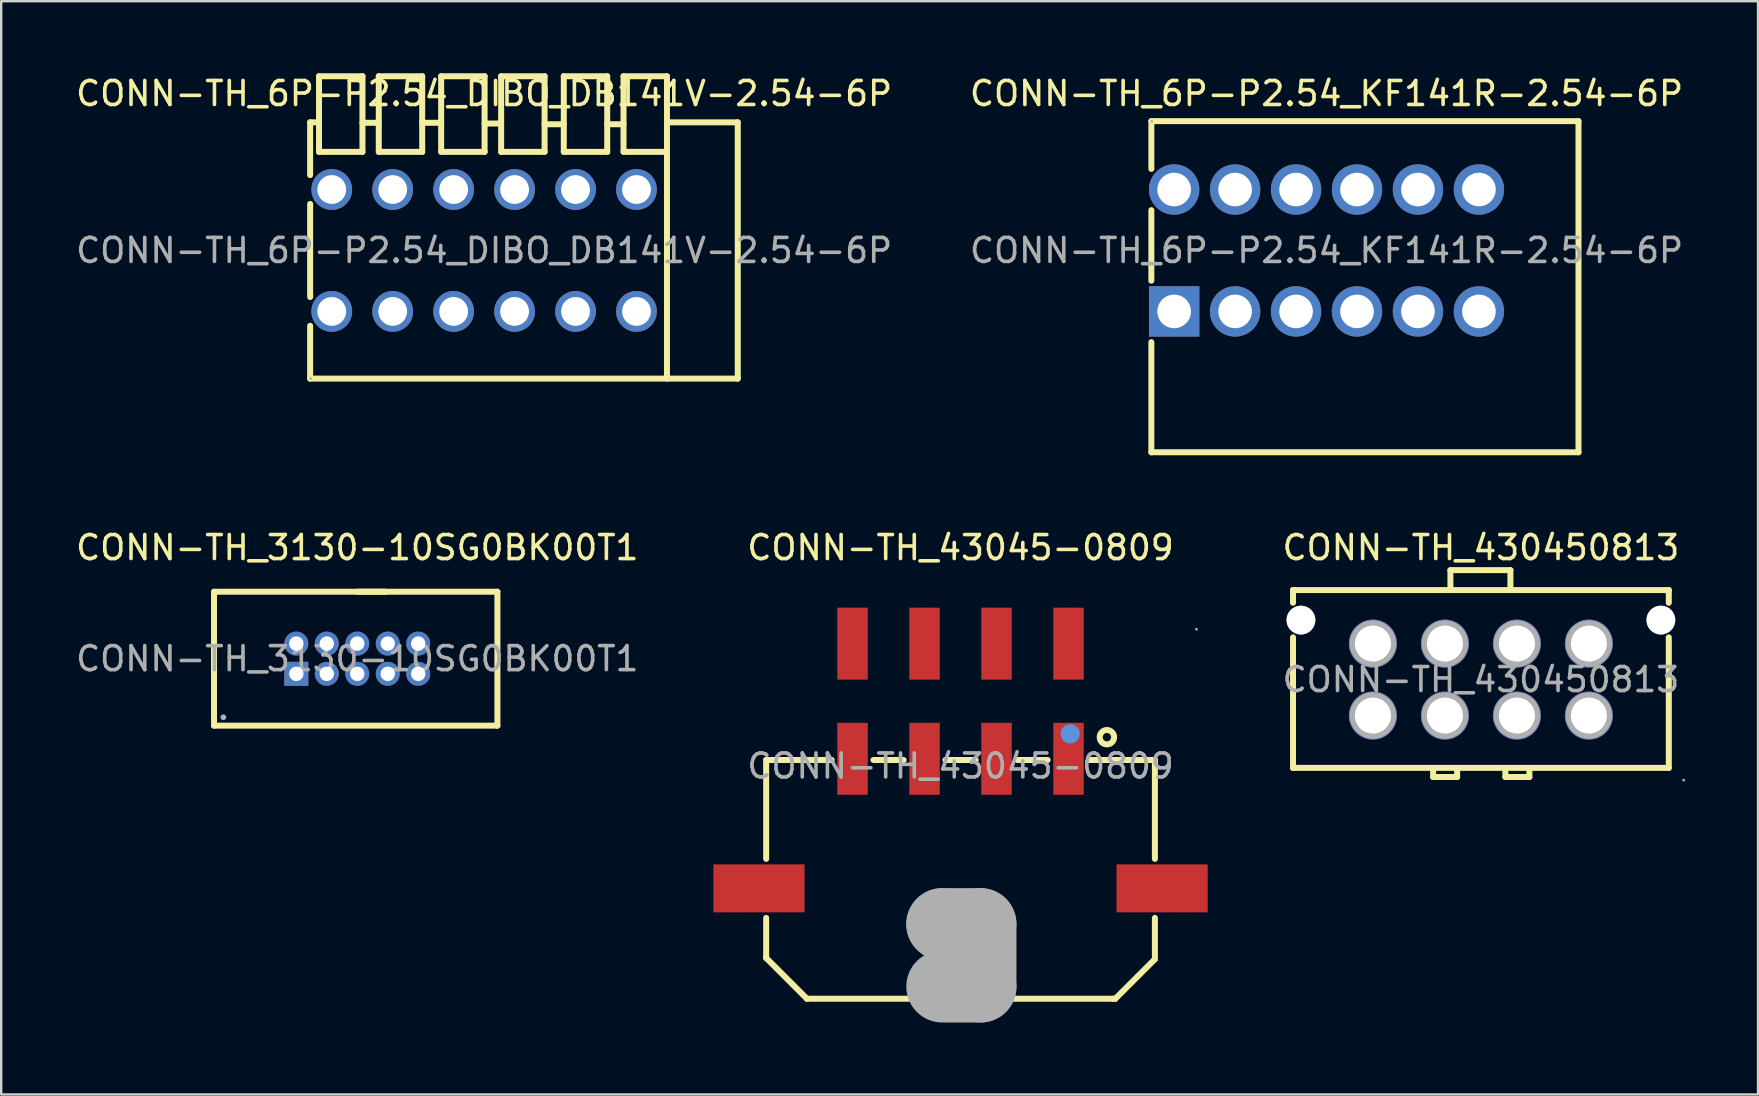
<source format=kicad_pcb>
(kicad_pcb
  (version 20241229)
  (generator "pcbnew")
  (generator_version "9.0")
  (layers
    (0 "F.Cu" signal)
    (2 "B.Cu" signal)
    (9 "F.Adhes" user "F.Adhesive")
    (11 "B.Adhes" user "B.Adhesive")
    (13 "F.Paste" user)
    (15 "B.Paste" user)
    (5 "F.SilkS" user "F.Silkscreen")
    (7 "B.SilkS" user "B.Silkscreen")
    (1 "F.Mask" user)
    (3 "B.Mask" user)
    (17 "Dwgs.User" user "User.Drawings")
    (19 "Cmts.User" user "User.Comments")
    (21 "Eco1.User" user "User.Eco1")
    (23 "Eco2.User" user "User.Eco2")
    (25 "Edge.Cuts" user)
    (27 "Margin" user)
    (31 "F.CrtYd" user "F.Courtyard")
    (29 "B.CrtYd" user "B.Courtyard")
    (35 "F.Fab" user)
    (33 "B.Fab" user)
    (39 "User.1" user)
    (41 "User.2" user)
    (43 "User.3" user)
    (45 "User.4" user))
  (footprint "CONN-TH_43045-0809"
    (layer "F.Cu")
    (at 36.979 28.872)
    (property "Reference" "CONN-TH_43045-0809" (at 0 -9.1 0) (layer "F.SilkS") (effects (font (size 1 1) (thickness 0.15))))
    (attr smd)
    (fp_line (start -8.1 -0.25) (end -8.1 3.87) (stroke (width 0.25) (type solid)) (layer "F.SilkS"))
    (fp_line (start -8.1 6.33) (end -8.1 8) (stroke (width 0.25) (type solid)) (layer "F.SilkS"))
    (fp_line (start -8.1 8) (end -6.4 9.7) (stroke (width 0.25) (type solid)) (layer "F.SilkS"))
    (fp_line (start -6.4 9.7) (end 6.35 9.7) (stroke (width 0.25) (type solid)) (layer "F.SilkS"))
    (fp_line (start -5.37 -0.25) (end -8.1 -0.25) (stroke (width 0.25) (type solid)) (layer "F.SilkS"))
    (fp_line (start -2.37 -0.25) (end -3.63 -0.25) (stroke (width 0.25) (type solid)) (layer "F.SilkS"))
    (fp_line (start 0.63 -0.25) (end -0.63 -0.25) (stroke (width 0.25) (type solid)) (layer "F.SilkS"))
    (fp_line (start 3.63 -0.25) (end 2.37 -0.25) (stroke (width 0.25) (type solid)) (layer "F.SilkS"))
    (fp_line (start 6.35 9.7) (end 6.45 9.7) (stroke (width 0.25) (type solid)) (layer "F.SilkS"))
    (fp_line (start 6.45 9.7) (end 8.1 8.05) (stroke (width 0.25) (type solid)) (layer "F.SilkS"))
    (fp_line (start 8.1 -0.25) (end 5.37 -0.25) (stroke (width 0.25) (type solid)) (layer "F.SilkS"))
    (fp_line (start 8.1 3.87) (end 8.1 -0.25) (stroke (width 0.25) (type solid)) (layer "F.SilkS"))
    (fp_line (start 8.1 8.05) (end 8.1 6.33) (stroke (width 0.25) (type solid)) (layer "F.SilkS"))
    (fp_circle (center 6.1 -1.2) (end 6.4 -1.2) (stroke (width 0.25) (type solid)) (fill no) (layer "F.SilkS"))
    (fp_circle (center 4.57 -1.34) (end 4.77 -1.34) (stroke (width 0.4) (type solid)) (fill no) (layer "Cmts.User"))
    (fp_line (start -0.76 6.59) (end -0.76 6.59) (stroke (width 3) (type solid)) (layer "F.Fab"))
    (fp_line (start -0.76 6.59) (end 0.83 6.59) (stroke (width 3) (type solid)) (layer "F.Fab"))
    (fp_line (start 0.83 6.59) (end 0.83 9.19) (stroke (width 3) (type solid)) (layer "F.Fab"))
    (fp_line (start 0.83 9.19) (end -0.76 9.19) (stroke (width 3) (type solid)) (layer "F.Fab"))
    (fp_circle (center 9.83 -5.7) (end 9.86 -5.7) (stroke (width 0.06) (type solid)) (fill no) (layer "F.Fab"))
    (fp_text user "${REFERENCE}" (at 0 0 0) (layer "F.Fab") (effects (font (size 1 1) (thickness 0.15))))
    (pad "1" smd rect (at 4.5 -0.3) (size 1.27 3) (layers "F.Cu" "F.Mask" "F.Paste"))
    (pad "2" smd rect (at 1.5 -0.3) (size 1.27 3) (layers "F.Cu" "F.Mask" "F.Paste"))
    (pad "3" smd rect (at -1.5 -0.3) (size 1.27 3) (layers "F.Cu" "F.Mask" "F.Paste"))
    (pad "4" smd rect (at -4.5 -0.3) (size 1.27 3) (layers "F.Cu" "F.Mask" "F.Paste"))
    (pad "5" smd rect (at 4.5 -5.1) (size 1.27 3) (layers "F.Cu" "F.Mask" "F.Paste"))
    (pad "6" smd rect (at 1.5 -5.1) (size 1.27 3) (layers "F.Cu" "F.Mask" "F.Paste"))
    (pad "7" smd rect (at -1.5 -5.1) (size 1.27 3) (layers "F.Cu" "F.Mask" "F.Paste"))
    (pad "8" smd rect (at -4.5 -5.1) (size 1.27 3) (layers "F.Cu" "F.Mask" "F.Paste"))
    (pad "9" smd rect (at 8.4 5.1 90) (size 2 3.8) (layers "F.Cu" "F.Mask" "F.Paste"))
    (pad "10" smd rect (at -8.4 5.1 90) (size 2 3.8) (layers "F.Cu" "F.Mask" "F.Paste")))
  (footprint "CONN-TH_6P-P2.54_DIBO_DB141V-2.54-6P"
    (layer "F.Cu")
    (at 17.125 7.388)
    (property "Reference" "CONN-TH_6P-P2.54_DIBO_DB141V-2.54-6P" (at 0 -6.54 0) (layer "F.SilkS") (effects (font (size 1 1) (thickness 0.15))))
    (attr smd)
    (fp_line (start -7.25 -5.34) (end -6.9 -5.34) (stroke (width 0.25) (type solid)) (layer "F.SilkS"))
    (fp_line (start -7.25 -3.14) (end -7.25 -5.34) (stroke (width 0.25) (type solid)) (layer "F.SilkS"))
    (fp_line (start -7.25 1.94) (end -7.25 -1.94) (stroke (width 0.25) (type solid)) (layer "F.SilkS"))
    (fp_line (start -7.25 5.34) (end -7.25 3.14) (stroke (width 0.25) (type solid)) (layer "F.SilkS"))
    (fp_line (start -7.25 5.34) (end 10.57 5.34) (stroke (width 0.25) (type solid)) (layer "F.SilkS"))
    (fp_line (start -6.9 -5.34) (end -6.88 -5.32) (stroke (width 0.25) (type solid)) (layer "F.SilkS"))
    (fp_line (start -6.88 -7.26) (end -6.88 -4.11) (stroke (width 0.25) (type solid)) (layer "F.SilkS"))
    (fp_line (start -5.07 -7.26) (end -6.88 -7.26) (stroke (width 0.25) (type solid)) (layer "F.SilkS"))
    (fp_line (start -5.07 -7.26) (end -5.07 -4.11) (stroke (width 0.25) (type solid)) (layer "F.SilkS"))
    (fp_line (start -5.07 -5.32) (end -4.39 -5.32) (stroke (width 0.25) (type solid)) (layer "F.SilkS"))
    (fp_line (start -5.07 -4.11) (end -6.88 -4.11) (stroke (width 0.25) (type solid)) (layer "F.SilkS"))
    (fp_line (start -4.39 -7.26) (end -4.39 -4.11) (stroke (width 0.25) (type solid)) (layer "F.SilkS"))
    (fp_line (start -2.58 -7.26) (end -4.39 -7.26) (stroke (width 0.25) (type solid)) (layer "F.SilkS"))
    (fp_line (start -2.58 -7.26) (end -2.58 -4.11) (stroke (width 0.25) (type solid)) (layer "F.SilkS"))
    (fp_line (start -2.58 -5.32) (end -1.79 -5.32) (stroke (width 0.25) (type solid)) (layer "F.SilkS"))
    (fp_line (start -2.58 -4.11) (end -4.39 -4.11) (stroke (width 0.25) (type solid)) (layer "F.SilkS"))
    (fp_line (start -1.79 -7.26) (end -1.79 -4.11) (stroke (width 0.25) (type solid)) (layer "F.SilkS"))
    (fp_line (start 0.02 -7.26) (end -1.79 -7.26) (stroke (width 0.25) (type solid)) (layer "F.SilkS"))
    (fp_line (start 0.02 -7.26) (end 0.02 -4.11) (stroke (width 0.25) (type solid)) (layer "F.SilkS"))
    (fp_line (start 0.02 -5.29) (end 0.71 -5.29) (stroke (width 0.25) (type solid)) (layer "F.SilkS"))
    (fp_line (start 0.02 -4.11) (end -1.79 -4.11) (stroke (width 0.25) (type solid)) (layer "F.SilkS"))
    (fp_line (start 0.71 -7.26) (end 0.71 -4.11) (stroke (width 0.25) (type solid)) (layer "F.SilkS"))
    (fp_line (start 2.52 -7.26) (end 0.71 -7.26) (stroke (width 0.25) (type solid)) (layer "F.SilkS"))
    (fp_line (start 2.52 -7.26) (end 2.52 -4.11) (stroke (width 0.25) (type solid)) (layer "F.SilkS"))
    (fp_line (start 2.52 -5.26) (end 3.32 -5.26) (stroke (width 0.25) (type solid)) (layer "F.SilkS"))
    (fp_line (start 2.52 -4.11) (end 0.71 -4.11) (stroke (width 0.25) (type solid)) (layer "F.SilkS"))
    (fp_line (start 3.32 -7.26) (end 3.32 -4.11) (stroke (width 0.25) (type solid)) (layer "F.SilkS"))
    (fp_line (start 5.13 -7.26) (end 3.32 -7.26) (stroke (width 0.25) (type solid)) (layer "F.SilkS"))
    (fp_line (start 5.13 -7.26) (end 5.13 -4.11) (stroke (width 0.25) (type solid)) (layer "F.SilkS"))
    (fp_line (start 5.13 -5.26) (end 5.81 -5.26) (stroke (width 0.25) (type solid)) (layer "F.SilkS"))
    (fp_line (start 5.13 -4.11) (end 3.32 -4.11) (stroke (width 0.25) (type solid)) (layer "F.SilkS"))
    (fp_line (start 5.81 -7.26) (end 5.81 -4.11) (stroke (width 0.25) (type solid)) (layer "F.SilkS"))
    (fp_line (start 7.62 -7.26) (end 5.81 -7.26) (stroke (width 0.25) (type solid)) (layer "F.SilkS"))
    (fp_line (start 7.62 -7.26) (end 7.62 -4.11) (stroke (width 0.25) (type solid)) (layer "F.SilkS"))
    (fp_line (start 7.62 -4.11) (end 5.81 -4.11) (stroke (width 0.25) (type solid)) (layer "F.SilkS"))
    (fp_line (start 7.62 -4.11) (end 7.62 5.34) (stroke (width 0.25) (type solid)) (layer "F.SilkS"))
    (fp_line (start 10.57 -5.34) (end 7.62 -5.34) (stroke (width 0.25) (type solid)) (layer "F.SilkS"))
    (fp_line (start 10.57 -5.34) (end 10.57 5.34) (stroke (width 0.25) (type solid)) (layer "F.SilkS"))
    (fp_circle (center -7.23 5.34) (end -7.2 5.34) (stroke (width 0.06) (type solid)) (fill no) (layer "F.Fab"))
    (fp_text user "${REFERENCE}" (at 0 0 0) (layer "F.Fab") (effects (font (size 1 1) (thickness 0.15))))
    (pad "1" thru_hole circle (at -6.35 -2.54) (size 1.7 1.7) (drill 1.2) (layers "*.Cu" "*.Paste" "*.Mask"))
    (pad "1" thru_hole circle (at -6.35 2.54) (size 1.7 1.7) (drill 1.2) (layers "*.Cu" "*.Paste" "*.Mask"))
    (pad "2" thru_hole circle (at -3.81 -2.54) (size 1.7 1.7) (drill 1.2) (layers "*.Cu" "*.Paste" "*.Mask"))
    (pad "2" thru_hole circle (at -3.81 2.54) (size 1.7 1.7) (drill 1.2) (layers "*.Cu" "*.Paste" "*.Mask"))
    (pad "3" thru_hole circle (at -1.27 -2.54) (size 1.7 1.7) (drill 1.2) (layers "*.Cu" "*.Paste" "*.Mask"))
    (pad "3" thru_hole circle (at -1.27 2.54) (size 1.7 1.7) (drill 1.2) (layers "*.Cu" "*.Paste" "*.Mask"))
    (pad "4" thru_hole circle (at 1.27 -2.54) (size 1.7 1.7) (drill 1.2) (layers "*.Cu" "*.Paste" "*.Mask"))
    (pad "4" thru_hole circle (at 1.27 2.54) (size 1.7 1.7) (drill 1.2) (layers "*.Cu" "*.Paste" "*.Mask"))
    (pad "5" thru_hole circle (at 3.81 -2.54) (size 1.7 1.7) (drill 1.2) (layers "*.Cu" "*.Paste" "*.Mask"))
    (pad "5" thru_hole circle (at 3.81 2.54) (size 1.7 1.7) (drill 1.2) (layers "*.Cu" "*.Paste" "*.Mask"))
    (pad "6" thru_hole circle (at 6.35 -2.54) (size 1.7 1.7) (drill 1.2) (layers "*.Cu" "*.Paste" "*.Mask"))
    (pad "6" thru_hole circle (at 6.35 2.54) (size 1.7 1.7) (drill 1.2) (layers "*.Cu" "*.Paste" "*.Mask")))
  (footprint "CONN-TH_430450813"
    (layer "F.Cu")
    (at 58.665 25.271)
    (property "Reference" "CONN-TH_430450813" (at 0 -5.5 0) (layer "F.SilkS") (effects (font (size 1 1) (thickness 0.15))))
    (attr smd)
    (fp_line (start -7.83 -3.73) (end -7.83 -3.2) (stroke (width 0.25) (type solid)) (layer "F.SilkS"))
    (fp_line (start -7.83 -3.73) (end 7.83 -3.73) (stroke (width 0.25) (type solid)) (layer "F.SilkS"))
    (fp_line (start -7.83 -1.76) (end -7.83 3.68) (stroke (width 0.25) (type solid)) (layer "F.SilkS"))
    (fp_line (start -1.99 3.81) (end -1.99 4.06) (stroke (width 0.25) (type solid)) (layer "F.SilkS"))
    (fp_line (start -1.99 4.06) (end -1.73 4.06) (stroke (width 0.25) (type solid)) (layer "F.SilkS"))
    (fp_line (start -1.73 4.06) (end -0.99 4.06) (stroke (width 0.25) (type solid)) (layer "F.SilkS"))
    (fp_line (start -1.27 -4.56) (end 1.23 -4.56) (stroke (width 0.25) (type solid)) (layer "F.SilkS"))
    (fp_line (start -1.27 -3.81) (end -1.27 -4.56) (stroke (width 0.25) (type solid)) (layer "F.SilkS"))
    (fp_line (start -0.99 4.06) (end -0.99 3.81) (stroke (width 0.25) (type solid)) (layer "F.SilkS"))
    (fp_line (start 1.02 3.81) (end 1.02 4.06) (stroke (width 0.25) (type solid)) (layer "F.SilkS"))
    (fp_line (start 1.02 4.06) (end 1.27 4.06) (stroke (width 0.25) (type solid)) (layer "F.SilkS"))
    (fp_line (start 1.23 -4.56) (end 1.23 -3.81) (stroke (width 0.25) (type solid)) (layer "F.SilkS"))
    (fp_line (start 1.27 4.06) (end 2.02 4.06) (stroke (width 0.25) (type solid)) (layer "F.SilkS"))
    (fp_line (start 2.02 4.06) (end 2.02 3.81) (stroke (width 0.25) (type solid)) (layer "F.SilkS"))
    (fp_line (start 7.83 -3.2) (end 7.83 -3.73) (stroke (width 0.25) (type solid)) (layer "F.SilkS"))
    (fp_line (start 7.83 3.68) (end -7.83 3.68) (stroke (width 0.25) (type solid)) (layer "F.SilkS"))
    (fp_line (start 7.83 3.68) (end 7.83 -1.76) (stroke (width 0.25) (type solid)) (layer "F.SilkS"))
    (fp_circle (center -7.5 -2.48) (end -7.25 -2.48) (stroke (width 0.5) (type solid)) (fill no) (layer "F.Fab"))
    (fp_circle (center -4.5 -1.5) (end -4.18 -1.5) (stroke (width 0.65) (type solid)) (fill no) (layer "F.Fab"))
    (fp_circle (center -4.5 1.5) (end -4.18 1.5) (stroke (width 0.65) (type solid)) (fill no) (layer "F.Fab"))
    (fp_circle (center -1.5 -1.5) (end -1.18 -1.5) (stroke (width 0.65) (type solid)) (fill no) (layer "F.Fab"))
    (fp_circle (center -1.5 1.5) (end -1.18 1.5) (stroke (width 0.65) (type solid)) (fill no) (layer "F.Fab"))
    (fp_circle (center 1.5 -1.5) (end 1.82 -1.5) (stroke (width 0.65) (type solid)) (fill no) (layer "F.Fab"))
    (fp_circle (center 1.5 1.5) (end 1.82 1.5) (stroke (width 0.65) (type solid)) (fill no) (layer "F.Fab"))
    (fp_circle (center 4.5 -1.5) (end 4.82 -1.5) (stroke (width 0.65) (type solid)) (fill no) (layer "F.Fab"))
    (fp_circle (center 4.5 1.5) (end 4.82 1.5) (stroke (width 0.65) (type solid)) (fill no) (layer "F.Fab"))
    (fp_circle (center 7.5 -2.48) (end 7.75 -2.48) (stroke (width 0.5) (type solid)) (fill no) (layer "F.Fab"))
    (fp_circle (center 8.45 4.19) (end 8.48 4.19) (stroke (width 0.06) (type solid)) (fill no) (layer "F.Fab"))
    (fp_text user "${REFERENCE}" (at 0 0 0) (layer "F.Fab") (effects (font (size 1 1) (thickness 0.15))))
    (pad "" thru_hole circle (at -7.5 -2.48) (size 1.2 1.2) (drill 1.2) (layers "*.Cu" "*.Mask"))
    (pad "" thru_hole circle (at 7.5 -2.48) (size 1.2 1.2) (drill 1.2) (layers "*.Cu" "*.Mask"))
    (pad "1" thru_hole circle (at 4.5 1.5) (size 2 2) (drill 1.5) (layers "*.Cu" "*.Paste" "*.Mask"))
    (pad "2" thru_hole circle (at 1.5 1.5) (size 2 2) (drill 1.5) (layers "*.Cu" "*.Paste" "*.Mask"))
    (pad "3" thru_hole circle (at -1.5 1.5) (size 2 2) (drill 1.5) (layers "*.Cu" "*.Paste" "*.Mask"))
    (pad "4" thru_hole circle (at -4.5 1.5) (size 2 2) (drill 1.5) (layers "*.Cu" "*.Paste" "*.Mask"))
    (pad "5" thru_hole circle (at 4.5 -1.5) (size 2 2) (drill 1.5) (layers "*.Cu" "*.Paste" "*.Mask"))
    (pad "6" thru_hole circle (at 1.5 -1.5) (size 2 2) (drill 1.5) (layers "*.Cu" "*.Paste" "*.Mask"))
    (pad "7" thru_hole circle (at -1.5 -1.5) (size 2 2) (drill 1.5) (layers "*.Cu" "*.Paste" "*.Mask"))
    (pad "8" thru_hole circle (at -4.5 -1.5) (size 2 2) (drill 1.5) (layers "*.Cu" "*.Paste" "*.Mask")))
  (footprint "CONN-TH_6P-P2.54_KF141R-2.54-6P"
    (layer "F.Cu")
    (at 52.232 7.388)
    (property "Reference" "CONN-TH_6P-P2.54_KF141R-2.54-6P" (at 0 -6.54 0) (layer "F.SilkS") (effects (font (size 1 1) (thickness 0.15))))
    (attr smd)
    (fp_line (start -7.3 -5.39) (end -7.3 -3.4) (stroke (width 0.25) (type solid)) (layer "F.SilkS"))
    (fp_line (start -7.3 -5.39) (end 10.5 -5.39) (stroke (width 0.25) (type solid)) (layer "F.SilkS"))
    (fp_line (start -7.3 -1.68) (end -7.3 1.26) (stroke (width 0.25) (type solid)) (layer "F.SilkS"))
    (fp_line (start -7.3 3.82) (end -7.3 8.41) (stroke (width 0.25) (type solid)) (layer "F.SilkS"))
    (fp_line (start -7.3 8.41) (end 10.5 8.41) (stroke (width 0.25) (type solid)) (layer "F.SilkS"))
    (fp_line (start 10.5 -5.39) (end 10.5 8.41) (stroke (width 0.25) (type solid)) (layer "F.SilkS"))
    (fp_circle (center -7.28 -5.39) (end -7.25 -5.39) (stroke (width 0.06) (type solid)) (fill no) (layer "F.Fab"))
    (fp_text user "${REFERENCE}" (at 0 0 0) (layer "F.Fab") (effects (font (size 1 1) (thickness 0.15))))
    (pad "1" thru_hole circle (at -6.35 -2.54 180) (size 2.1 2.1) (drill 1.4) (layers "*.Cu" "*.Paste" "*.Mask"))
    (pad "1" thru_hole rect (at -6.35 2.54) (size 2.1 2.1) (drill 1.4) (layers "*.Cu" "*.Paste" "*.Mask"))
    (pad "2" thru_hole circle (at -3.81 -2.54 180) (size 2.1 2.1) (drill 1.4) (layers "*.Cu" "*.Paste" "*.Mask"))
    (pad "2" thru_hole circle (at -3.81 2.54 180) (size 2.1 2.1) (drill 1.4) (layers "*.Cu" "*.Paste" "*.Mask"))
    (pad "3" thru_hole circle (at -1.27 -2.54 180) (size 2.1 2.1) (drill 1.4) (layers "*.Cu" "*.Paste" "*.Mask"))
    (pad "3" thru_hole circle (at -1.27 2.54 180) (size 2.1 2.1) (drill 1.4) (layers "*.Cu" "*.Paste" "*.Mask"))
    (pad "4" thru_hole circle (at 1.27 -2.54 180) (size 2.1 2.1) (drill 1.4) (layers "*.Cu" "*.Paste" "*.Mask"))
    (pad "4" thru_hole circle (at 1.27 2.54 180) (size 2.1 2.1) (drill 1.4) (layers "*.Cu" "*.Paste" "*.Mask"))
    (pad "5" thru_hole circle (at 3.81 -2.54 180) (size 2.1 2.1) (drill 1.4) (layers "*.Cu" "*.Paste" "*.Mask"))
    (pad "5" thru_hole circle (at 3.81 2.54 180) (size 2.1 2.1) (drill 1.4) (layers "*.Cu" "*.Paste" "*.Mask"))
    (pad "6" thru_hole circle (at 6.35 -2.54 180) (size 2.1 2.1) (drill 1.4) (layers "*.Cu" "*.Paste" "*.Mask"))
    (pad "6" thru_hole circle (at 6.35 2.54 180) (size 2.1 2.1) (drill 1.4) (layers "*.Cu" "*.Paste" "*.Mask")))
  (footprint "CONN-TH_3130-10SG0BK00T1"
    (layer "F.Cu")
    (at 11.839 24.401)
    (property "Reference" "CONN-TH_3130-10SG0BK00T1" (at 0 -4.63 0) (layer "F.SilkS") (effects (font (size 1 1) (thickness 0.15))))
    (attr smd)
    (fp_line (start -5.97 -2.79) (end 1.19 -2.79) (stroke (width 0.25) (type solid)) (layer "F.SilkS"))
    (fp_line (start -5.97 2.79) (end -5.97 -2.79) (stroke (width 0.25) (type solid)) (layer "F.SilkS"))
    (fp_line (start 0 -2.79) (end 5.84 -2.79) (stroke (width 0.25) (type solid)) (layer "F.SilkS"))
    (fp_line (start 5.84 -2.79) (end 5.84 2.79) (stroke (width 0.25) (type solid)) (layer "F.SilkS"))
    (fp_line (start 5.84 2.79) (end -5.97 2.79) (stroke (width 0.25) (type solid)) (layer "F.SilkS"))
    (fp_circle (center -5.58 2.44) (end -5.52 2.44) (stroke (width 0.12) (type solid)) (fill no) (layer "F.Fab"))
    (fp_circle (center -2.54 -0.63) (end -2.44 -0.63) (stroke (width 0.2) (type solid)) (fill no) (layer "F.Fab"))
    (fp_circle (center -2.54 0.63) (end -2.44 0.63) (stroke (width 0.2) (type solid)) (fill no) (layer "F.Fab"))
    (fp_circle (center -1.27 -0.63) (end -1.17 -0.63) (stroke (width 0.2) (type solid)) (fill no) (layer "F.Fab"))
    (fp_circle (center -1.27 0.63) (end -1.17 0.63) (stroke (width 0.2) (type solid)) (fill no) (layer "F.Fab"))
    (fp_circle (center 0 -0.63) (end 0.1 -0.63) (stroke (width 0.2) (type solid)) (fill no) (layer "F.Fab"))
    (fp_circle (center 0 0.63) (end 0.1 0.63) (stroke (width 0.2) (type solid)) (fill no) (layer "F.Fab"))
    (fp_circle (center 1.27 -0.63) (end 1.37 -0.63) (stroke (width 0.2) (type solid)) (fill no) (layer "F.Fab"))
    (fp_circle (center 1.27 0.63) (end 1.37 0.63) (stroke (width 0.2) (type solid)) (fill no) (layer "F.Fab"))
    (fp_circle (center 2.54 -0.63) (end 2.64 -0.63) (stroke (width 0.2) (type solid)) (fill no) (layer "F.Fab"))
    (fp_circle (center 2.54 0.63) (end 2.64 0.63) (stroke (width 0.2) (type solid)) (fill no) (layer "F.Fab"))
    (fp_text user "${REFERENCE}" (at 0 0 0) (layer "F.Fab") (effects (font (size 1 1) (thickness 0.15))))
    (pad "1" thru_hole rect (at -2.54 0.63) (size 1 1) (drill 0.6) (layers "*.Cu" "*.Paste" "*.Mask"))
    (pad "2" thru_hole circle (at -2.54 -0.63) (size 1 1) (drill 0.6) (layers "*.Cu" "*.Paste" "*.Mask"))
    (pad "3" thru_hole circle (at -1.27 0.63) (size 1 1) (drill 0.6) (layers "*.Cu" "*.Paste" "*.Mask"))
    (pad "4" thru_hole circle (at -1.27 -0.63) (size 1 1) (drill 0.6) (layers "*.Cu" "*.Paste" "*.Mask"))
    (pad "5" thru_hole circle (at 0 0.63) (size 1 1) (drill 0.6) (layers "*.Cu" "*.Paste" "*.Mask"))
    (pad "6" thru_hole circle (at 0 -0.63) (size 1 1) (drill 0.6) (layers "*.Cu" "*.Paste" "*.Mask"))
    (pad "7" thru_hole circle (at 1.27 0.63) (size 1 1) (drill 0.6) (layers "*.Cu" "*.Paste" "*.Mask"))
    (pad "8" thru_hole circle (at 1.27 -0.63) (size 1 1) (drill 0.6) (layers "*.Cu" "*.Paste" "*.Mask"))
    (pad "9" thru_hole circle (at 2.54 0.63) (size 1 1) (drill 0.6) (layers "*.Cu" "*.Paste" "*.Mask"))
    (pad "10" thru_hole circle (at 2.54 -0.63) (size 1 1) (drill 0.6) (layers "*.Cu" "*.Paste" "*.Mask")))
  (gr_rect
    (start -3 -3)
    (end 70.214 42.562)
    (stroke (width 0.1) (type default))
    (fill no)
    (layer "Edge.Cuts")))
</source>
